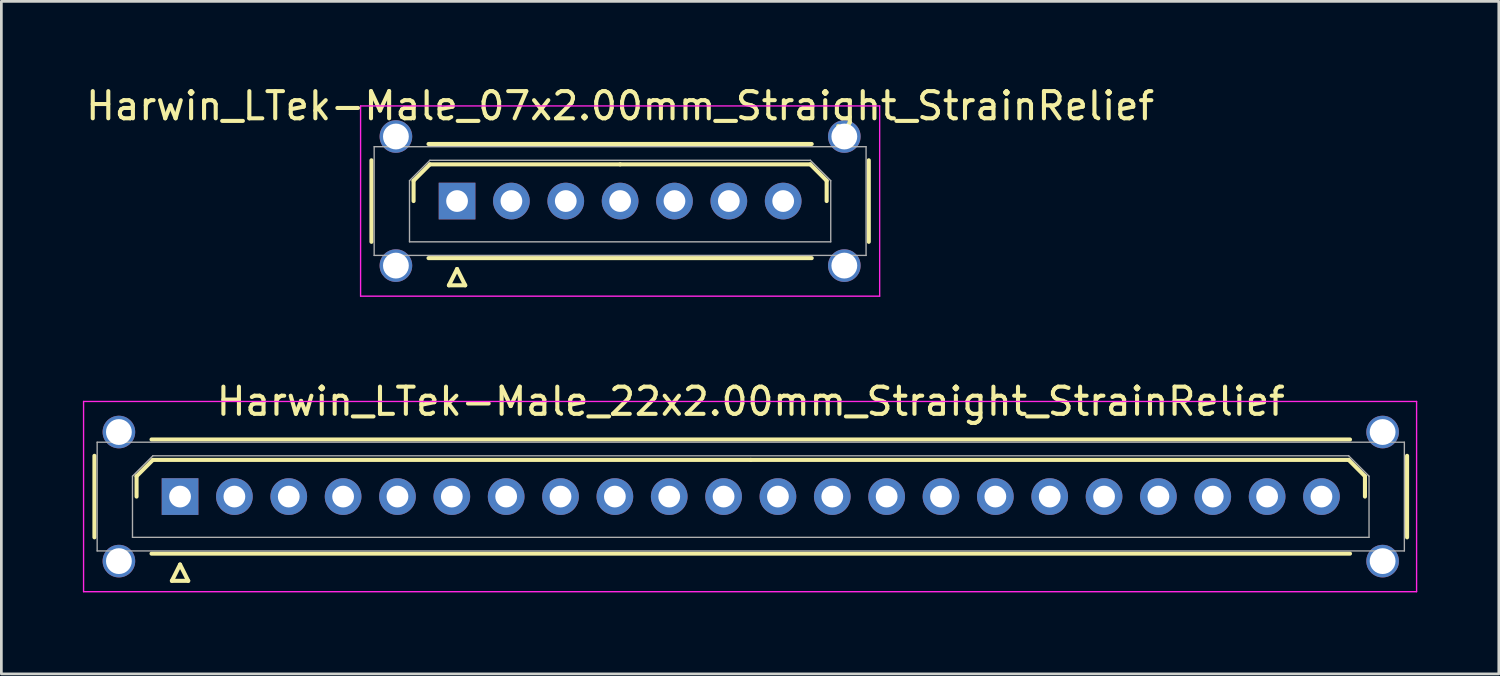
<source format=kicad_pcb>
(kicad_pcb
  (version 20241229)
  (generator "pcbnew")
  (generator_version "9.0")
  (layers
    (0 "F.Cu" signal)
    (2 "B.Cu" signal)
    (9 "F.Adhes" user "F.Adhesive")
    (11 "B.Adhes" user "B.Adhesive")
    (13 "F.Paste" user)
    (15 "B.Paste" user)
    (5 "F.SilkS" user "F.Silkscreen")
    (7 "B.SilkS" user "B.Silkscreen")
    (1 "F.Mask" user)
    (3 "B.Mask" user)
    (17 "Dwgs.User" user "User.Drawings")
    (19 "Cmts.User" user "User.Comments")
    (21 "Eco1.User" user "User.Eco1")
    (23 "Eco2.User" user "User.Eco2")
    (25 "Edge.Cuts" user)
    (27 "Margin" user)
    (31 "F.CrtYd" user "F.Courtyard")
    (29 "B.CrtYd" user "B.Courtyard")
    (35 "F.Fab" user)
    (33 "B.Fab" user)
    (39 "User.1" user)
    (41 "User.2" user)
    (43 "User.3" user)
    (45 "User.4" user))
  (footprint "Harwin_LTek-Male_22x2.00mm_Straight_StrainRelief"
    (layer "F.Cu")
    (at 3.575 15.222)
    (property "Reference" "Harwin_LTek-Male_22x2.00mm_Straight_StrainRelief" (at 21 -3.5 0) (layer "F.SilkS") (effects (font (size 1 1) (thickness 0.15))))
    (attr through_hole)
    (fp_line (start -3.15 -1.5) (end -3.15 1.5) (stroke (width 0.15) (type solid)) (layer "F.SilkS"))
    (fp_line (start -1.6 -0.75) (end -1 -1.35) (stroke (width 0.15) (type solid)) (layer "F.SilkS"))
    (fp_line (start -1.6 0) (end -1.6 -0.75) (stroke (width 0.15) (type solid)) (layer "F.SilkS"))
    (fp_line (start -1.05 -2.1) (end 43.05 -2.1) (stroke (width 0.15) (type solid)) (layer "F.SilkS"))
    (fp_line (start -1.05 2.1) (end 43.05 2.1) (stroke (width 0.15) (type solid)) (layer "F.SilkS"))
    (fp_line (start -1 -1.35) (end 21 -1.35) (stroke (width 0.15) (type solid)) (layer "F.SilkS"))
    (fp_line (start -0.3 3.1) (end 0.3 3.1) (stroke (width 0.15) (type solid)) (layer "F.SilkS"))
    (fp_line (start 0 2.5) (end -0.3 3.1) (stroke (width 0.15) (type solid)) (layer "F.SilkS"))
    (fp_line (start 0.3 3.1) (end 0 2.5) (stroke (width 0.15) (type solid)) (layer "F.SilkS"))
    (fp_line (start 43 -1.35) (end 21 -1.35) (stroke (width 0.15) (type solid)) (layer "F.SilkS"))
    (fp_line (start 43.6 -0.75) (end 43 -1.35) (stroke (width 0.15) (type solid)) (layer "F.SilkS"))
    (fp_line (start 43.6 0) (end 43.6 -0.75) (stroke (width 0.15) (type solid)) (layer "F.SilkS"))
    (fp_line (start 45.15 -1.5) (end 45.15 1.5) (stroke (width 0.15) (type solid)) (layer "F.SilkS"))
    (fp_line (start -3.55 -3.5) (end -3.55 3.5) (stroke (width 0.05) (type solid)) (layer "F.CrtYd"))
    (fp_line (start -3.55 3.5) (end 45.5 3.5) (stroke (width 0.05) (type solid)) (layer "F.CrtYd"))
    (fp_line (start 45.5 -3.5) (end -3.55 -3.5) (stroke (width 0.05) (type solid)) (layer "F.CrtYd"))
    (fp_line (start 45.5 3.5) (end 45.5 -3.5) (stroke (width 0.05) (type solid)) (layer "F.CrtYd"))
    (fp_line (start -3.05 -2) (end -3.05 2) (stroke (width 0.05) (type solid)) (layer "F.Fab"))
    (fp_line (start -3.05 2) (end 45.05 2) (stroke (width 0.05) (type solid)) (layer "F.Fab"))
    (fp_line (start -1.75 -0.75) (end -1 -1.5) (stroke (width 0.05) (type solid)) (layer "F.Fab"))
    (fp_line (start -1.75 1.5) (end -1.75 -0.75) (stroke (width 0.05) (type solid)) (layer "F.Fab"))
    (fp_line (start -1 -1.5) (end 43 -1.5) (stroke (width 0.05) (type solid)) (layer "F.Fab"))
    (fp_line (start 43 -1.5) (end 43.75 -0.75) (stroke (width 0.05) (type solid)) (layer "F.Fab"))
    (fp_line (start 43.75 -0.75) (end 43.75 1.5) (stroke (width 0.05) (type solid)) (layer "F.Fab"))
    (fp_line (start 43.75 1.5) (end -1.75 1.5) (stroke (width 0.05) (type solid)) (layer "F.Fab"))
    (fp_line (start 45.05 -2) (end -3.05 -2) (stroke (width 0.05) (type solid)) (layer "F.Fab"))
    (fp_line (start 45.05 2) (end 45.05 -2) (stroke (width 0.05) (type solid)) (layer "F.Fab"))
    (pad "" thru_hole circle (at -2.25 -2.375) (size 1.2 1.2) (drill 0.95) (layers "*.Cu" "*.Mask"))
    (pad "" thru_hole circle (at -2.25 2.375) (size 1.2 1.2) (drill 0.95) (layers "*.Cu" "*.Mask"))
    (pad "" thru_hole circle (at 44.25 -2.375) (size 1.2 1.2) (drill 0.95) (layers "*.Cu" "*.Mask"))
    (pad "" thru_hole circle (at 44.25 2.375) (size 1.2 1.2) (drill 0.95) (layers "*.Cu" "*.Mask"))
    (pad "1" thru_hole rect (at 0 0) (size 1.35 1.35) (drill 0.8) (layers "*.Cu" "*.Mask"))
    (pad "2" thru_hole circle (at 2 0) (size 1.35 1.35) (drill 0.8) (layers "*.Cu" "*.Mask"))
    (pad "3" thru_hole circle (at 4 0) (size 1.35 1.35) (drill 0.8) (layers "*.Cu" "*.Mask"))
    (pad "4" thru_hole circle (at 6 0) (size 1.35 1.35) (drill 0.8) (layers "*.Cu" "*.Mask"))
    (pad "5" thru_hole circle (at 8 0) (size 1.35 1.35) (drill 0.8) (layers "*.Cu" "*.Mask"))
    (pad "6" thru_hole circle (at 10 0) (size 1.35 1.35) (drill 0.8) (layers "*.Cu" "*.Mask"))
    (pad "7" thru_hole circle (at 12 0) (size 1.35 1.35) (drill 0.8) (layers "*.Cu" "*.Mask"))
    (pad "8" thru_hole circle (at 14 0) (size 1.35 1.35) (drill 0.8) (layers "*.Cu" "*.Mask"))
    (pad "9" thru_hole circle (at 16 0) (size 1.35 1.35) (drill 0.8) (layers "*.Cu" "*.Mask"))
    (pad "10" thru_hole circle (at 18 0) (size 1.35 1.35) (drill 0.8) (layers "*.Cu" "*.Mask"))
    (pad "11" thru_hole circle (at 20 0) (size 1.35 1.35) (drill 0.8) (layers "*.Cu" "*.Mask"))
    (pad "12" thru_hole circle (at 22 0) (size 1.35 1.35) (drill 0.8) (layers "*.Cu" "*.Mask"))
    (pad "13" thru_hole circle (at 24 0) (size 1.35 1.35) (drill 0.8) (layers "*.Cu" "*.Mask"))
    (pad "14" thru_hole circle (at 26 0) (size 1.35 1.35) (drill 0.8) (layers "*.Cu" "*.Mask"))
    (pad "15" thru_hole circle (at 28 0) (size 1.35 1.35) (drill 0.8) (layers "*.Cu" "*.Mask"))
    (pad "16" thru_hole circle (at 30 0) (size 1.35 1.35) (drill 0.8) (layers "*.Cu" "*.Mask"))
    (pad "17" thru_hole circle (at 32 0) (size 1.35 1.35) (drill 0.8) (layers "*.Cu" "*.Mask"))
    (pad "18" thru_hole circle (at 34 0) (size 1.35 1.35) (drill 0.8) (layers "*.Cu" "*.Mask"))
    (pad "19" thru_hole circle (at 36 0) (size 1.35 1.35) (drill 0.8) (layers "*.Cu" "*.Mask"))
    (pad "20" thru_hole circle (at 38 0) (size 1.35 1.35) (drill 0.8) (layers "*.Cu" "*.Mask"))
    (pad "21" thru_hole circle (at 40 0) (size 1.35 1.35) (drill 0.8) (layers "*.Cu" "*.Mask"))
    (pad "22" thru_hole circle (at 42 0) (size 1.35 1.35) (drill 0.8) (layers "*.Cu" "*.Mask")))
  (footprint "Harwin_LTek-Male_07x2.00mm_Straight_StrainRelief"
    (layer "F.Cu")
    (at 13.768 4.348)
    (property "Reference" "Harwin_LTek-Male_07x2.00mm_Straight_StrainRelief" (at 6 -3.5 0) (layer "F.SilkS") (effects (font (size 1 1) (thickness 0.15))))
    (attr through_hole)
    (fp_line (start -3.15 -1.5) (end -3.15 1.5) (stroke (width 0.15) (type solid)) (layer "F.SilkS"))
    (fp_line (start -1.6 -0.75) (end -1 -1.35) (stroke (width 0.15) (type solid)) (layer "F.SilkS"))
    (fp_line (start -1.6 0) (end -1.6 -0.75) (stroke (width 0.15) (type solid)) (layer "F.SilkS"))
    (fp_line (start -1.05 -2.1) (end 13.05 -2.1) (stroke (width 0.15) (type solid)) (layer "F.SilkS"))
    (fp_line (start -1.05 2.1) (end 13.05 2.1) (stroke (width 0.15) (type solid)) (layer "F.SilkS"))
    (fp_line (start -1 -1.35) (end 6 -1.35) (stroke (width 0.15) (type solid)) (layer "F.SilkS"))
    (fp_line (start -0.3 3.1) (end 0.3 3.1) (stroke (width 0.15) (type solid)) (layer "F.SilkS"))
    (fp_line (start 0 2.5) (end -0.3 3.1) (stroke (width 0.15) (type solid)) (layer "F.SilkS"))
    (fp_line (start 0.3 3.1) (end 0 2.5) (stroke (width 0.15) (type solid)) (layer "F.SilkS"))
    (fp_line (start 13 -1.35) (end 6 -1.35) (stroke (width 0.15) (type solid)) (layer "F.SilkS"))
    (fp_line (start 13.6 -0.75) (end 13 -1.35) (stroke (width 0.15) (type solid)) (layer "F.SilkS"))
    (fp_line (start 13.6 0) (end 13.6 -0.75) (stroke (width 0.15) (type solid)) (layer "F.SilkS"))
    (fp_line (start 15.15 -1.5) (end 15.15 1.5) (stroke (width 0.15) (type solid)) (layer "F.SilkS"))
    (fp_line (start -3.55 -3.5) (end -3.55 3.5) (stroke (width 0.05) (type solid)) (layer "F.CrtYd"))
    (fp_line (start -3.55 3.5) (end 15.55 3.5) (stroke (width 0.05) (type solid)) (layer "F.CrtYd"))
    (fp_line (start 15.55 -3.5) (end -3.55 -3.5) (stroke (width 0.05) (type solid)) (layer "F.CrtYd"))
    (fp_line (start 15.55 3.5) (end 15.55 -3.5) (stroke (width 0.05) (type solid)) (layer "F.CrtYd"))
    (fp_line (start -3.05 -2) (end -3.05 2) (stroke (width 0.05) (type solid)) (layer "F.Fab"))
    (fp_line (start -3.05 2) (end 15.05 2) (stroke (width 0.05) (type solid)) (layer "F.Fab"))
    (fp_line (start -1.75 -0.75) (end -1 -1.5) (stroke (width 0.05) (type solid)) (layer "F.Fab"))
    (fp_line (start -1.75 1.5) (end -1.75 -0.75) (stroke (width 0.05) (type solid)) (layer "F.Fab"))
    (fp_line (start -1 -1.5) (end 13 -1.5) (stroke (width 0.05) (type solid)) (layer "F.Fab"))
    (fp_line (start 13 -1.5) (end 13.75 -0.75) (stroke (width 0.05) (type solid)) (layer "F.Fab"))
    (fp_line (start 13.75 -0.75) (end 13.75 1.5) (stroke (width 0.05) (type solid)) (layer "F.Fab"))
    (fp_line (start 13.75 1.5) (end -1.75 1.5) (stroke (width 0.05) (type solid)) (layer "F.Fab"))
    (fp_line (start 15.05 -2) (end -3.05 -2) (stroke (width 0.05) (type solid)) (layer "F.Fab"))
    (fp_line (start 15.05 2) (end 15.05 -2) (stroke (width 0.05) (type solid)) (layer "F.Fab"))
    (pad "" thru_hole circle (at -2.25 -2.375) (size 1.2 1.2) (drill 0.95) (layers "*.Cu" "*.Mask"))
    (pad "" thru_hole circle (at -2.25 2.375) (size 1.2 1.2) (drill 0.95) (layers "*.Cu" "*.Mask"))
    (pad "" thru_hole circle (at 14.25 -2.375) (size 1.2 1.2) (drill 0.95) (layers "*.Cu" "*.Mask"))
    (pad "" thru_hole circle (at 14.25 2.375) (size 1.2 1.2) (drill 0.95) (layers "*.Cu" "*.Mask"))
    (pad "1" thru_hole rect (at 0 0) (size 1.35 1.35) (drill 0.8) (layers "*.Cu" "*.Mask"))
    (pad "2" thru_hole circle (at 2 0) (size 1.35 1.35) (drill 0.8) (layers "*.Cu" "*.Mask"))
    (pad "3" thru_hole circle (at 4 0) (size 1.35 1.35) (drill 0.8) (layers "*.Cu" "*.Mask"))
    (pad "4" thru_hole circle (at 6 0) (size 1.35 1.35) (drill 0.8) (layers "*.Cu" "*.Mask"))
    (pad "5" thru_hole circle (at 8 0) (size 1.35 1.35) (drill 0.8) (layers "*.Cu" "*.Mask"))
    (pad "6" thru_hole circle (at 10 0) (size 1.35 1.35) (drill 0.8) (layers "*.Cu" "*.Mask"))
    (pad "7" thru_hole circle (at 12 0) (size 1.35 1.35) (drill 0.8) (layers "*.Cu" "*.Mask")))
  (gr_rect
    (start -3 -3)
    (end 52.1 21.747)
    (stroke (width 0.1) (type default))
    (fill no)
    (layer "Edge.Cuts")))
</source>
